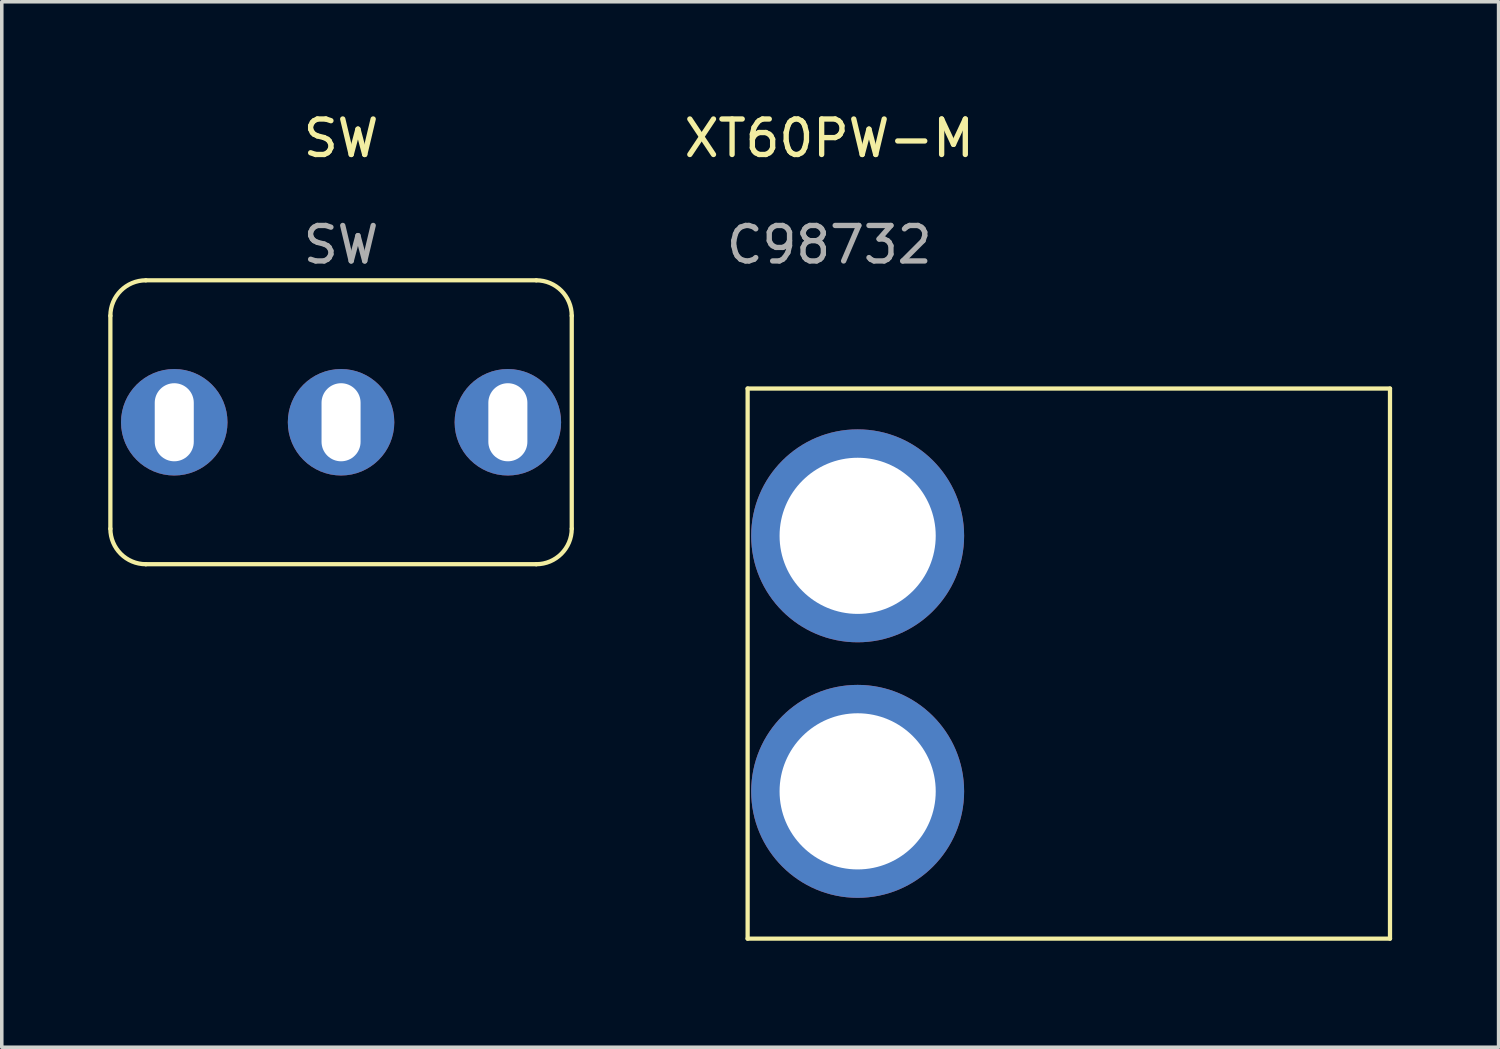
<source format=kicad_pcb>
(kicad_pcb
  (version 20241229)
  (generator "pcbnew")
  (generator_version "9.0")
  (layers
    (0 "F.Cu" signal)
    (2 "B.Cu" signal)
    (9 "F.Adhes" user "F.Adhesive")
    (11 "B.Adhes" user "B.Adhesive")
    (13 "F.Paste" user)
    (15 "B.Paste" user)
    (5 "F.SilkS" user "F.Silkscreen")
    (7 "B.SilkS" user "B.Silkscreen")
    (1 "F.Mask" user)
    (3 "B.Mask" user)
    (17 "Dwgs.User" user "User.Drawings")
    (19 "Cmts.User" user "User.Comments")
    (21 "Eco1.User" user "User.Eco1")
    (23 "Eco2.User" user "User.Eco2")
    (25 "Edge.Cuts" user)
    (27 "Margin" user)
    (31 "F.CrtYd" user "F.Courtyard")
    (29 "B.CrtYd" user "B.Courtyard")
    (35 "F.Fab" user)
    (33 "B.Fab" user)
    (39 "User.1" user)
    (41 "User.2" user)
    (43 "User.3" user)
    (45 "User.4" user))
  (footprint "SW"
    (layer "F.Cu")
    (at 6.56 8.848)
    (property "Reference" "SW" (at 0 -8 0) (unlocked yes) (layer "F.SilkS") (effects (font (size 1 1) (thickness 0.15))))
    (attr through_hole)
    (fp_line (start -6.5 -3) (end -6.5 3) (stroke (width 0.12) (type solid)) (layer "F.SilkS"))
    (fp_line (start -5.5 4) (end 5.5 4) (stroke (width 0.12) (type solid)) (layer "F.SilkS"))
    (fp_line (start 5.5 -4) (end -5.5 -4) (stroke (width 0.12) (type solid)) (layer "F.SilkS"))
    (fp_line (start 6.5 3) (end 6.5 -3) (stroke (width 0.12) (type solid)) (layer "F.SilkS"))
    (fp_arc (start -6.5 -3) (mid -6.207107 -3.707107) (end -5.5 -4) (stroke (width 0.12) (type solid)) (layer "F.SilkS"))
    (fp_arc (start -5.5 4) (mid -6.207107 3.707107) (end -6.5 3) (stroke (width 0.12) (type solid)) (layer "F.SilkS"))
    (fp_arc (start 5.5 -4) (mid 6.207107 -3.707107) (end 6.5 -3) (stroke (width 0.12) (type solid)) (layer "F.SilkS"))
    (fp_arc (start 6.5 3) (mid 6.207107 3.707107) (end 5.5 4) (stroke (width 0.12) (type solid)) (layer "F.SilkS"))
    (fp_text user "${REFERENCE}" (at 0 -5 0) (unlocked yes) (layer "F.Fab") (effects (font (size 1 1) (thickness 0.15))))
    (pad "1" thru_hole circle (at -4.7 0 90) (size 3 3) (drill oval 2.2 1.1) (layers "*.Cu" "*.Mask"))
    (pad "2" thru_hole circle (at 0 0 90) (size 3 3) (drill oval 2.2 1.1) (layers "*.Cu" "*.Mask"))
    (pad "3" thru_hole circle (at 4.7 0 90) (size 3 3) (drill oval 2.2 1.1) (layers "*.Cu" "*.Mask")))
  (footprint "XT60PW-M"
    (layer "F.Cu")
    (at 20.316 15.648)
    (property "Reference" "XT60PW-M" (at 0 -14.8 0) (unlocked yes) (layer "F.SilkS") (effects (font (size 1 1) (thickness 0.15))))
    (attr through_hole)
    (fp_line (start -2.3 -7.75) (end 15.8 -7.75) (stroke (width 0.12) (type solid)) (layer "F.SilkS"))
    (fp_line (start -2.3 7.75) (end -2.3 -7.75) (stroke (width 0.12) (type solid)) (layer "F.SilkS"))
    (fp_line (start -2.3 7.75) (end 15.8 7.75) (stroke (width 0.12) (type solid)) (layer "F.SilkS"))
    (fp_line (start 15.8 7.75) (end 15.8 -7.75) (stroke (width 0.12) (type solid)) (layer "F.SilkS"))
    (fp_text user "C98732" (at 0 -11.8 0) (unlocked yes) (layer "F.Fab") (effects (font (size 1 1) (thickness 0.15))))
    (pad "1" thru_hole circle (at 0.8 3.6) (size 6 6) (drill 4.4) (layers "*.Cu" "*.Mask"))
    (pad "2" thru_hole circle (at 0.8 -3.6) (size 6 6) (drill 4.4) (layers "*.Cu" "*.Mask")))
  (gr_rect
    (start -3 -3)
    (end 39.176 26.458)
    (stroke (width 0.1) (type default))
    (fill no)
    (layer "Edge.Cuts")))
</source>
